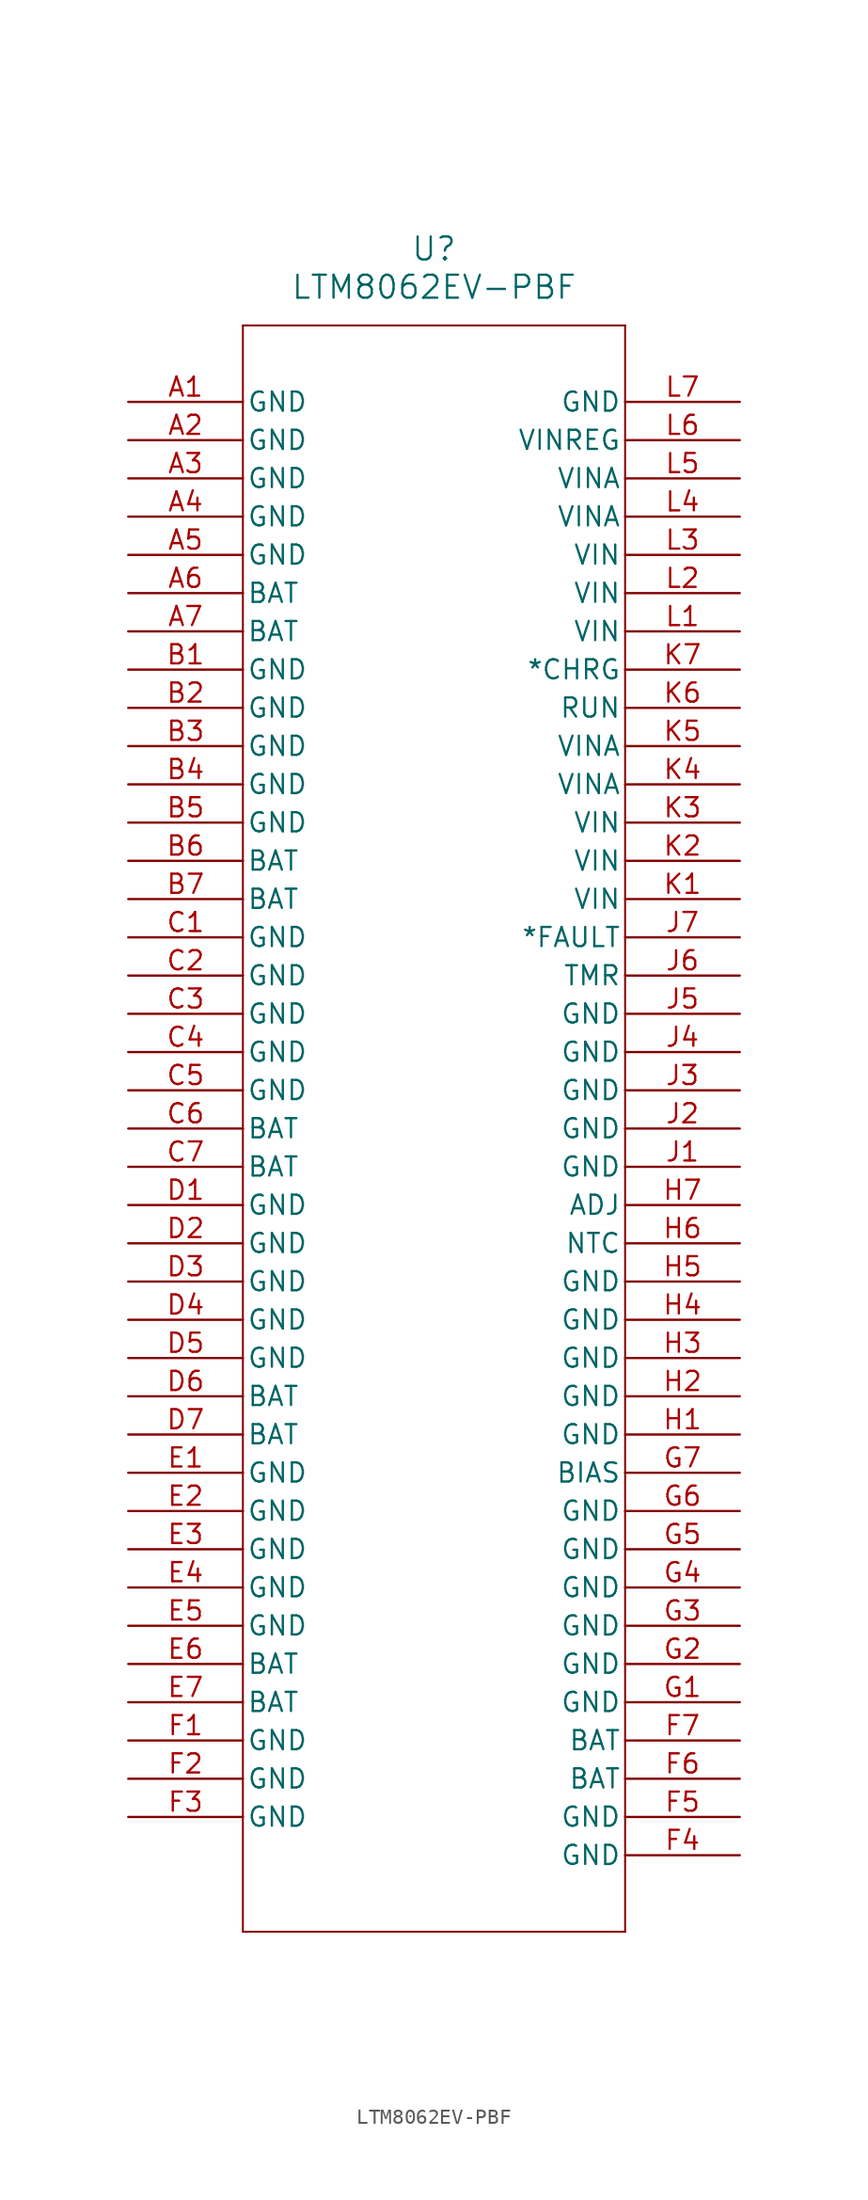
<source format=kicad_sym>
(kicad_symbol_lib
  (version 20211014)
  (generator kicad_symbol_editor)
  (symbol "LTM8062EV-PBF"
    (pin_names
      (offset 0.254))
    (property "Reference" "U"
      (at 20.32 10.16 0)
      (effects (font (size 1.524 1.524))))
    (property "Value" "LTM8062EV-PBF"
      (at 20.32 7.62 0)
      (effects (font (size 1.524 1.524))))
    (symbol "LTM8062EV-PBF_0_1"
      (polyline (pts (xy 7.62 5.08) (xy 7.62 -101.6)) (stroke (width 0.127) (type default) (color 0 0 0 0)) (fill (type none)))
      (polyline (pts (xy 7.62 -101.6) (xy 33.02 -101.6)) (stroke (width 0.127) (type default) (color 0 0 0 0)) (fill (type none)))
      (polyline (pts (xy 33.02 -101.6) (xy 33.02 5.08)) (stroke (width 0.127) (type default) (color 0 0 0 0)) (fill (type none)))
      (polyline (pts (xy 33.02 5.08) (xy 7.62 5.08)) (stroke (width 0.127) (type default) (color 0 0 0 0)) (fill (type none)))
      (pin power_in line (at 0 0 0) (length 7.62) (name "GND" (effects (font (size 1.27 1.27)))) (number "A1" (effects (font (size 1.27 1.27)))))
      (pin power_in line (at 0 -2.54 0) (length 7.62) (name "GND" (effects (font (size 1.27 1.27)))) (number "A2" (effects (font (size 1.27 1.27)))))
      (pin power_in line (at 0 -5.08 0) (length 7.62) (name "GND" (effects (font (size 1.27 1.27)))) (number "A3" (effects (font (size 1.27 1.27)))))
      (pin power_in line (at 0 -7.62 0) (length 7.62) (name "GND" (effects (font (size 1.27 1.27)))) (number "A4" (effects (font (size 1.27 1.27)))))
      (pin power_in line (at 0 -10.16 0) (length 7.62) (name "GND" (effects (font (size 1.27 1.27)))) (number "A5" (effects (font (size 1.27 1.27)))))
      (pin output line (at 0 -12.7 0) (length 7.62) (name "BAT" (effects (font (size 1.27 1.27)))) (number "A6" (effects (font (size 1.27 1.27)))))
      (pin output line (at 0 -15.24 0) (length 7.62) (name "BAT" (effects (font (size 1.27 1.27)))) (number "A7" (effects (font (size 1.27 1.27)))))
      (pin power_in line (at 0 -17.78 0) (length 7.62) (name "GND" (effects (font (size 1.27 1.27)))) (number "B1" (effects (font (size 1.27 1.27)))))
      (pin power_in line (at 0 -20.32 0) (length 7.62) (name "GND" (effects (font (size 1.27 1.27)))) (number "B2" (effects (font (size 1.27 1.27)))))
      (pin power_in line (at 0 -22.86 0) (length 7.62) (name "GND" (effects (font (size 1.27 1.27)))) (number "B3" (effects (font (size 1.27 1.27)))))
      (pin power_in line (at 0 -25.4 0) (length 7.62) (name "GND" (effects (font (size 1.27 1.27)))) (number "B4" (effects (font (size 1.27 1.27)))))
      (pin power_in line (at 0 -27.94 0) (length 7.62) (name "GND" (effects (font (size 1.27 1.27)))) (number "B5" (effects (font (size 1.27 1.27)))))
      (pin output line (at 0 -30.48 0) (length 7.62) (name "BAT" (effects (font (size 1.27 1.27)))) (number "B6" (effects (font (size 1.27 1.27)))))
      (pin output line (at 0 -33.02 0) (length 7.62) (name "BAT" (effects (font (size 1.27 1.27)))) (number "B7" (effects (font (size 1.27 1.27)))))
      (pin power_in line (at 0 -35.56 0) (length 7.62) (name "GND" (effects (font (size 1.27 1.27)))) (number "C1" (effects (font (size 1.27 1.27)))))
      (pin power_in line (at 0 -38.1 0) (length 7.62) (name "GND" (effects (font (size 1.27 1.27)))) (number "C2" (effects (font (size 1.27 1.27)))))
      (pin power_in line (at 0 -40.64 0) (length 7.62) (name "GND" (effects (font (size 1.27 1.27)))) (number "C3" (effects (font (size 1.27 1.27)))))
      (pin power_in line (at 0 -43.18 0) (length 7.62) (name "GND" (effects (font (size 1.27 1.27)))) (number "C4" (effects (font (size 1.27 1.27)))))
      (pin power_in line (at 0 -45.72 0) (length 7.62) (name "GND" (effects (font (size 1.27 1.27)))) (number "C5" (effects (font (size 1.27 1.27)))))
      (pin output line (at 0 -48.26 0) (length 7.62) (name "BAT" (effects (font (size 1.27 1.27)))) (number "C6" (effects (font (size 1.27 1.27)))))
      (pin output line (at 0 -50.8 0) (length 7.62) (name "BAT" (effects (font (size 1.27 1.27)))) (number "C7" (effects (font (size 1.27 1.27)))))
      (pin power_in line (at 0 -53.34 0) (length 7.62) (name "GND" (effects (font (size 1.27 1.27)))) (number "D1" (effects (font (size 1.27 1.27)))))
      (pin power_in line (at 0 -55.88 0) (length 7.62) (name "GND" (effects (font (size 1.27 1.27)))) (number "D2" (effects (font (size 1.27 1.27)))))
      (pin power_in line (at 0 -58.42 0) (length 7.62) (name "GND" (effects (font (size 1.27 1.27)))) (number "D3" (effects (font (size 1.27 1.27)))))
      (pin power_in line (at 0 -60.96 0) (length 7.62) (name "GND" (effects (font (size 1.27 1.27)))) (number "D4" (effects (font (size 1.27 1.27)))))
      (pin power_in line (at 0 -63.5 0) (length 7.62) (name "GND" (effects (font (size 1.27 1.27)))) (number "D5" (effects (font (size 1.27 1.27)))))
      (pin output line (at 0 -66.04 0) (length 7.62) (name "BAT" (effects (font (size 1.27 1.27)))) (number "D6" (effects (font (size 1.27 1.27)))))
      (pin output line (at 0 -68.58 0) (length 7.62) (name "BAT" (effects (font (size 1.27 1.27)))) (number "D7" (effects (font (size 1.27 1.27)))))
      (pin power_in line (at 0 -71.12 0) (length 7.62) (name "GND" (effects (font (size 1.27 1.27)))) (number "E1" (effects (font (size 1.27 1.27)))))
      (pin power_in line (at 0 -73.66 0) (length 7.62) (name "GND" (effects (font (size 1.27 1.27)))) (number "E2" (effects (font (size 1.27 1.27)))))
      (pin power_in line (at 0 -76.2 0) (length 7.62) (name "GND" (effects (font (size 1.27 1.27)))) (number "E3" (effects (font (size 1.27 1.27)))))
      (pin power_in line (at 0 -78.74 0) (length 7.62) (name "GND" (effects (font (size 1.27 1.27)))) (number "E4" (effects (font (size 1.27 1.27)))))
      (pin power_in line (at 0 -81.28 0) (length 7.62) (name "GND" (effects (font (size 1.27 1.27)))) (number "E5" (effects (font (size 1.27 1.27)))))
      (pin output line (at 0 -83.82 0) (length 7.62) (name "BAT" (effects (font (size 1.27 1.27)))) (number "E6" (effects (font (size 1.27 1.27)))))
      (pin output line (at 0 -86.36 0) (length 7.62) (name "BAT" (effects (font (size 1.27 1.27)))) (number "E7" (effects (font (size 1.27 1.27)))))
      (pin power_in line (at 0 -88.9 0) (length 7.62) (name "GND" (effects (font (size 1.27 1.27)))) (number "F1" (effects (font (size 1.27 1.27)))))
      (pin power_in line (at 0 -91.44 0) (length 7.62) (name "GND" (effects (font (size 1.27 1.27)))) (number "F2" (effects (font (size 1.27 1.27)))))
      (pin power_in line (at 0 -93.98 0) (length 7.62) (name "GND" (effects (font (size 1.27 1.27)))) (number "F3" (effects (font (size 1.27 1.27)))))
      (pin power_in line (at 40.64 -96.52 180) (length 7.62) (name "GND" (effects (font (size 1.27 1.27)))) (number "F4" (effects (font (size 1.27 1.27)))))
      (pin power_in line (at 40.64 -93.98 180) (length 7.62) (name "GND" (effects (font (size 1.27 1.27)))) (number "F5" (effects (font (size 1.27 1.27)))))
      (pin output line (at 40.64 -91.44 180) (length 7.62) (name "BAT" (effects (font (size 1.27 1.27)))) (number "F6" (effects (font (size 1.27 1.27)))))
      (pin output line (at 40.64 -88.9 180) (length 7.62) (name "BAT" (effects (font (size 1.27 1.27)))) (number "F7" (effects (font (size 1.27 1.27)))))
      (pin power_in line (at 40.64 -86.36 180) (length 7.62) (name "GND" (effects (font (size 1.27 1.27)))) (number "G1" (effects (font (size 1.27 1.27)))))
      (pin power_in line (at 40.64 -83.82 180) (length 7.62) (name "GND" (effects (font (size 1.27 1.27)))) (number "G2" (effects (font (size 1.27 1.27)))))
      (pin power_in line (at 40.64 -81.28 180) (length 7.62) (name "GND" (effects (font (size 1.27 1.27)))) (number "G3" (effects (font (size 1.27 1.27)))))
      (pin power_in line (at 40.64 -78.74 180) (length 7.62) (name "GND" (effects (font (size 1.27 1.27)))) (number "G4" (effects (font (size 1.27 1.27)))))
      (pin power_in line (at 40.64 -76.2 180) (length 7.62) (name "GND" (effects (font (size 1.27 1.27)))) (number "G5" (effects (font (size 1.27 1.27)))))
      (pin power_in line (at 40.64 -73.66 180) (length 7.62) (name "GND" (effects (font (size 1.27 1.27)))) (number "G6" (effects (font (size 1.27 1.27)))))
      (pin unspecified line (at 40.64 -71.12 180) (length 7.62) (name "BIAS" (effects (font (size 1.27 1.27)))) (number "G7" (effects (font (size 1.27 1.27)))))
      (pin power_in line (at 40.64 -68.58 180) (length 7.62) (name "GND" (effects (font (size 1.27 1.27)))) (number "H1" (effects (font (size 1.27 1.27)))))
      (pin power_in line (at 40.64 -66.04 180) (length 7.62) (name "GND" (effects (font (size 1.27 1.27)))) (number "H2" (effects (font (size 1.27 1.27)))))
      (pin power_in line (at 40.64 -63.5 180) (length 7.62) (name "GND" (effects (font (size 1.27 1.27)))) (number "H3" (effects (font (size 1.27 1.27)))))
      (pin power_in line (at 40.64 -60.96 180) (length 7.62) (name "GND" (effects (font (size 1.27 1.27)))) (number "H4" (effects (font (size 1.27 1.27)))))
      (pin power_in line (at 40.64 -58.42 180) (length 7.62) (name "GND" (effects (font (size 1.27 1.27)))) (number "H5" (effects (font (size 1.27 1.27)))))
      (pin input line (at 40.64 -55.88 180) (length 7.62) (name "NTC" (effects (font (size 1.27 1.27)))) (number "H6" (effects (font (size 1.27 1.27)))))
      (pin input line (at 40.64 -53.34 180) (length 7.62) (name "ADJ" (effects (font (size 1.27 1.27)))) (number "H7" (effects (font (size 1.27 1.27)))))
      (pin power_in line (at 40.64 -50.8 180) (length 7.62) (name "GND" (effects (font (size 1.27 1.27)))) (number "J1" (effects (font (size 1.27 1.27)))))
      (pin power_in line (at 40.64 -48.26 180) (length 7.62) (name "GND" (effects (font (size 1.27 1.27)))) (number "J2" (effects (font (size 1.27 1.27)))))
      (pin power_in line (at 40.64 -45.72 180) (length 7.62) (name "GND" (effects (font (size 1.27 1.27)))) (number "J3" (effects (font (size 1.27 1.27)))))
      (pin power_in line (at 40.64 -43.18 180) (length 7.62) (name "GND" (effects (font (size 1.27 1.27)))) (number "J4" (effects (font (size 1.27 1.27)))))
      (pin power_in line (at 40.64 -40.64 180) (length 7.62) (name "GND" (effects (font (size 1.27 1.27)))) (number "J5" (effects (font (size 1.27 1.27)))))
      (pin unspecified line (at 40.64 -38.1 180) (length 7.62) (name "TMR" (effects (font (size 1.27 1.27)))) (number "J6" (effects (font (size 1.27 1.27)))))
      (pin output line (at 40.64 -35.56 180) (length 7.62) (name "*FAULT" (effects (font (size 1.27 1.27)))) (number "J7" (effects (font (size 1.27 1.27)))))
      (pin input line (at 40.64 -33.02 180) (length 7.62) (name "VIN" (effects (font (size 1.27 1.27)))) (number "K1" (effects (font (size 1.27 1.27)))))
      (pin input line (at 40.64 -30.48 180) (length 7.62) (name "VIN" (effects (font (size 1.27 1.27)))) (number "K2" (effects (font (size 1.27 1.27)))))
      (pin input line (at 40.64 -27.94 180) (length 7.62) (name "VIN" (effects (font (size 1.27 1.27)))) (number "K3" (effects (font (size 1.27 1.27)))))
      (pin input line (at 40.64 -25.4 180) (length 7.62) (name "VINA" (effects (font (size 1.27 1.27)))) (number "K4" (effects (font (size 1.27 1.27)))))
      (pin input line (at 40.64 -22.86 180) (length 7.62) (name "VINA" (effects (font (size 1.27 1.27)))) (number "K5" (effects (font (size 1.27 1.27)))))
      (pin input line (at 40.64 -20.32 180) (length 7.62) (name "RUN" (effects (font (size 1.27 1.27)))) (number "K6" (effects (font (size 1.27 1.27)))))
      (pin output line (at 40.64 -17.78 180) (length 7.62) (name "*CHRG" (effects (font (size 1.27 1.27)))) (number "K7" (effects (font (size 1.27 1.27)))))
      (pin input line (at 40.64 -15.24 180) (length 7.62) (name "VIN" (effects (font (size 1.27 1.27)))) (number "L1" (effects (font (size 1.27 1.27)))))
      (pin input line (at 40.64 -12.7 180) (length 7.62) (name "VIN" (effects (font (size 1.27 1.27)))) (number "L2" (effects (font (size 1.27 1.27)))))
      (pin input line (at 40.64 -10.16 180) (length 7.62) (name "VIN" (effects (font (size 1.27 1.27)))) (number "L3" (effects (font (size 1.27 1.27)))))
      (pin input line (at 40.64 -7.62 180) (length 7.62) (name "VINA" (effects (font (size 1.27 1.27)))) (number "L4" (effects (font (size 1.27 1.27)))))
      (pin input line (at 40.64 -5.08 180) (length 7.62) (name "VINA" (effects (font (size 1.27 1.27)))) (number "L5" (effects (font (size 1.27 1.27)))))
      (pin input line (at 40.64 -2.54 180) (length 7.62) (name "VINREG" (effects (font (size 1.27 1.27)))) (number "L6" (effects (font (size 1.27 1.27)))))
      (pin power_in line (at 40.64 0 180) (length 7.62) (name "GND" (effects (font (size 1.27 1.27)))) (number "L7" (effects (font (size 1.27 1.27))))))))
</source>
